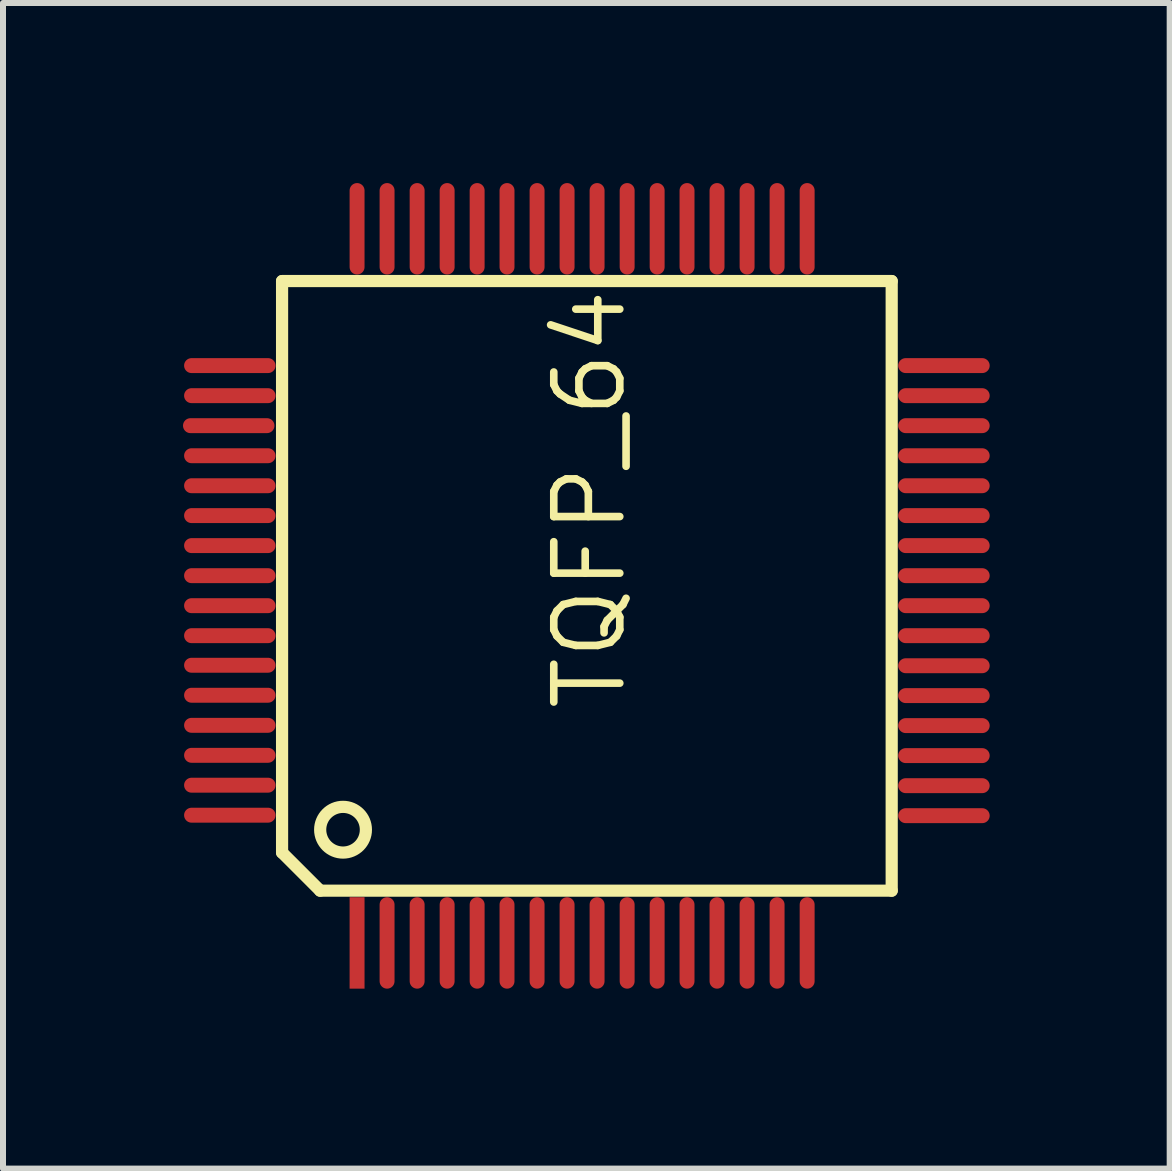
<source format=kicad_pcb>
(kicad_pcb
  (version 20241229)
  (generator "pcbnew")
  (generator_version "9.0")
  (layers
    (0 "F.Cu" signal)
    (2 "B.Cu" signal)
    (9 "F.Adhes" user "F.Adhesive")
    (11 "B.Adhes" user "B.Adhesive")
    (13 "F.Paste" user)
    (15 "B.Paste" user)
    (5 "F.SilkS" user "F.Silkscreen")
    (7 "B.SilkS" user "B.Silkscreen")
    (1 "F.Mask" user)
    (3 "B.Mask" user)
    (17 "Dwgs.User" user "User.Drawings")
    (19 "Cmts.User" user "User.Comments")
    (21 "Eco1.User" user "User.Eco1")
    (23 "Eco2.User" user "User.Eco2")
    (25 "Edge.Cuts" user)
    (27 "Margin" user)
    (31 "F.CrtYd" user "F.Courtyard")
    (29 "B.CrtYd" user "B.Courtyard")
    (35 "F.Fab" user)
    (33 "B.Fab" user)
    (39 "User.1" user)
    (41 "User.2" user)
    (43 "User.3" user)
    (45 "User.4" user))
  (footprint "TQFP_64"
    (layer "F.Cu")
    (at 6.65 6.795)
    (property "Reference" "TQFP_64" (at 0.127 -1.524 270) (layer "F.SilkS") (effects (font (size 1.1 1.1) (thickness 0.127))))
    (attr smd)
    (fp_line (start -4.999 -5.161) (end -4.999 4.364) (stroke (width 0.203) (type solid)) (layer "F.SilkS"))
    (fp_line (start -4.999 4.364) (end -4.364 4.999) (stroke (width 0.203) (type solid)) (layer "F.SilkS"))
    (fp_line (start -4.364 4.999) (end 5.161 4.999) (stroke (width 0.203) (type solid)) (layer "F.SilkS"))
    (fp_line (start 5.161 -5.161) (end -4.999 -5.161) (stroke (width 0.203) (type solid)) (layer "F.SilkS"))
    (fp_line (start 5.161 4.999) (end 5.161 -5.161) (stroke (width 0.203) (type solid)) (layer "F.SilkS"))
    (fp_circle (center -3.983 3.983) (end -3.983 3.602) (stroke (width 0.203) (type solid)) (fill no) (layer "F.SilkS"))
    (pad "1" smd rect (at -3.749 5.87 180) (size 0.249 1.524) (layers "F.Cu" "F.Mask" "F.Paste"))
    (pad "2" smd oval (at -3.249 5.87 180) (size 0.249 1.524) (layers "F.Cu" "F.Mask" "F.Paste"))
    (pad "3" smd oval (at -2.748 5.87 180) (size 0.249 1.524) (layers "F.Cu" "F.Mask" "F.Paste"))
    (pad "4" smd oval (at -2.248 5.87 180) (size 0.249 1.524) (layers "F.Cu" "F.Mask" "F.Paste"))
    (pad "5" smd oval (at -1.748 5.87 180) (size 0.249 1.524) (layers "F.Cu" "F.Mask" "F.Paste"))
    (pad "6" smd oval (at -1.25 5.87 180) (size 0.249 1.524) (layers "F.Cu" "F.Mask" "F.Paste"))
    (pad "7" smd oval (at -0.749 5.87 180) (size 0.249 1.524) (layers "F.Cu" "F.Mask" "F.Paste"))
    (pad "8" smd oval (at -0.249 5.87 180) (size 0.249 1.524) (layers "F.Cu" "F.Mask" "F.Paste"))
    (pad "9" smd oval (at 0.251 5.87 180) (size 0.249 1.524) (layers "F.Cu" "F.Mask" "F.Paste"))
    (pad "10" smd oval (at 0.752 5.87 180) (size 0.249 1.524) (layers "F.Cu" "F.Mask" "F.Paste"))
    (pad "11" smd oval (at 1.252 5.87 180) (size 0.249 1.524) (layers "F.Cu" "F.Mask" "F.Paste"))
    (pad "12" smd oval (at 1.75 5.87 180) (size 0.249 1.524) (layers "F.Cu" "F.Mask" "F.Paste"))
    (pad "13" smd oval (at 2.25 5.87 180) (size 0.249 1.524) (layers "F.Cu" "F.Mask" "F.Paste"))
    (pad "14" smd oval (at 2.751 5.87 180) (size 0.249 1.524) (layers "F.Cu" "F.Mask" "F.Paste"))
    (pad "15" smd oval (at 3.251 5.87 180) (size 0.249 1.524) (layers "F.Cu" "F.Mask" "F.Paste"))
    (pad "16" smd oval (at 3.752 5.87 180) (size 0.249 1.524) (layers "F.Cu" "F.Mask" "F.Paste"))
    (pad "17" smd oval (at 6.032 3.749 180) (size 1.524 0.249) (layers "F.Cu" "F.Mask" "F.Paste"))
    (pad "18" smd oval (at 6.032 3.249 180) (size 1.524 0.249) (layers "F.Cu" "F.Mask" "F.Paste"))
    (pad "19" smd oval (at 6.032 2.748 180) (size 1.524 0.249) (layers "F.Cu" "F.Mask" "F.Paste"))
    (pad "20" smd oval (at 6.032 2.248 180) (size 1.524 0.249) (layers "F.Cu" "F.Mask" "F.Paste"))
    (pad "21" smd oval (at 6.032 1.748 180) (size 1.524 0.249) (layers "F.Cu" "F.Mask" "F.Paste"))
    (pad "22" smd oval (at 6.032 1.25 180) (size 1.524 0.249) (layers "F.Cu" "F.Mask" "F.Paste"))
    (pad "23" smd oval (at 6.032 0.749 180) (size 1.524 0.249) (layers "F.Cu" "F.Mask" "F.Paste"))
    (pad "24" smd oval (at 6.032 0.249 180) (size 1.524 0.249) (layers "F.Cu" "F.Mask" "F.Paste"))
    (pad "25" smd oval (at 6.032 -0.251 180) (size 1.524 0.249) (layers "F.Cu" "F.Mask" "F.Paste"))
    (pad "26" smd oval (at 6.032 -0.752 180) (size 1.524 0.249) (layers "F.Cu" "F.Mask" "F.Paste"))
    (pad "27" smd oval (at 6.032 -1.252 180) (size 1.524 0.249) (layers "F.Cu" "F.Mask" "F.Paste"))
    (pad "28" smd oval (at 6.032 -1.75 180) (size 1.524 0.249) (layers "F.Cu" "F.Mask" "F.Paste"))
    (pad "29" smd oval (at 6.032 -2.25 180) (size 1.524 0.249) (layers "F.Cu" "F.Mask" "F.Paste"))
    (pad "30" smd oval (at 6.032 -2.751 180) (size 1.524 0.249) (layers "F.Cu" "F.Mask" "F.Paste"))
    (pad "31" smd oval (at 6.032 -3.251 180) (size 1.524 0.249) (layers "F.Cu" "F.Mask" "F.Paste"))
    (pad "32" smd oval (at 6.032 -3.752 180) (size 1.524 0.249) (layers "F.Cu" "F.Mask" "F.Paste"))
    (pad "33" smd oval (at 3.752 -6.032 180) (size 0.249 1.524) (layers "F.Cu" "F.Mask" "F.Paste"))
    (pad "34" smd oval (at 3.251 -6.032 180) (size 0.249 1.524) (layers "F.Cu" "F.Mask" "F.Paste"))
    (pad "35" smd oval (at 2.751 -6.032 180) (size 0.249 1.524) (layers "F.Cu" "F.Mask" "F.Paste"))
    (pad "36" smd oval (at 2.25 -6.032 180) (size 0.249 1.524) (layers "F.Cu" "F.Mask" "F.Paste"))
    (pad "37" smd oval (at 1.75 -6.032 180) (size 0.249 1.524) (layers "F.Cu" "F.Mask" "F.Paste"))
    (pad "38" smd oval (at 1.252 -6.032 180) (size 0.249 1.524) (layers "F.Cu" "F.Mask" "F.Paste"))
    (pad "39" smd oval (at 0.752 -6.032 180) (size 0.249 1.524) (layers "F.Cu" "F.Mask" "F.Paste"))
    (pad "40" smd oval (at 0.251 -6.032 180) (size 0.249 1.524) (layers "F.Cu" "F.Mask" "F.Paste"))
    (pad "41" smd oval (at -0.249 -6.032 180) (size 0.249 1.524) (layers "F.Cu" "F.Mask" "F.Paste"))
    (pad "42" smd oval (at -0.749 -6.032 180) (size 0.249 1.524) (layers "F.Cu" "F.Mask" "F.Paste"))
    (pad "43" smd oval (at -1.25 -6.032 180) (size 0.249 1.524) (layers "F.Cu" "F.Mask" "F.Paste"))
    (pad "44" smd oval (at -1.748 -6.032 180) (size 0.249 1.524) (layers "F.Cu" "F.Mask" "F.Paste"))
    (pad "45" smd oval (at -2.248 -6.032 180) (size 0.249 1.524) (layers "F.Cu" "F.Mask" "F.Paste"))
    (pad "46" smd oval (at -2.748 -6.032 180) (size 0.249 1.524) (layers "F.Cu" "F.Mask" "F.Paste"))
    (pad "47" smd oval (at -3.249 -6.032 180) (size 0.249 1.524) (layers "F.Cu" "F.Mask" "F.Paste"))
    (pad "48" smd oval (at -3.749 -6.032 180) (size 0.249 1.524) (layers "F.Cu" "F.Mask" "F.Paste"))
    (pad "49" smd oval (at -5.87 -3.752 180) (size 1.524 0.249) (layers "F.Cu" "F.Mask" "F.Paste"))
    (pad "50" smd oval (at -5.87 -3.251 180) (size 1.524 0.249) (layers "F.Cu" "F.Mask" "F.Paste"))
    (pad "51" smd oval (at -5.888 -2.751 180) (size 1.524 0.249) (layers "F.Cu" "F.Mask" "F.Paste"))
    (pad "52" smd oval (at -5.87 -2.25 180) (size 1.524 0.249) (layers "F.Cu" "F.Mask" "F.Paste"))
    (pad "53" smd oval (at -5.87 -1.75 180) (size 1.524 0.249) (layers "F.Cu" "F.Mask" "F.Paste"))
    (pad "54" smd oval (at -5.87 -1.252 180) (size 1.524 0.249) (layers "F.Cu" "F.Mask" "F.Paste"))
    (pad "55" smd oval (at -5.87 -0.752 180) (size 1.524 0.249) (layers "F.Cu" "F.Mask" "F.Paste"))
    (pad "56" smd oval (at -5.87 -0.251 180) (size 1.524 0.249) (layers "F.Cu" "F.Mask" "F.Paste"))
    (pad "57" smd oval (at -5.87 0.249 180) (size 1.524 0.249) (layers "F.Cu" "F.Mask" "F.Paste"))
    (pad "58" smd oval (at -5.87 0.749 180) (size 1.524 0.249) (layers "F.Cu" "F.Mask" "F.Paste"))
    (pad "59" smd oval (at -5.87 1.242 180) (size 1.524 0.249) (layers "F.Cu" "F.Mask" "F.Paste"))
    (pad "60" smd oval (at -5.87 1.742 180) (size 1.524 0.249) (layers "F.Cu" "F.Mask" "F.Paste"))
    (pad "61" smd oval (at -5.87 2.243 180) (size 1.524 0.249) (layers "F.Cu" "F.Mask" "F.Paste"))
    (pad "62" smd oval (at -5.87 2.743 180) (size 1.524 0.249) (layers "F.Cu" "F.Mask" "F.Paste"))
    (pad "63" smd oval (at -5.87 3.241 180) (size 1.524 0.249) (layers "F.Cu" "F.Mask" "F.Paste"))
    (pad "64" smd oval (at -5.87 3.741 180) (size 1.524 0.249) (layers "F.Cu" "F.Mask" "F.Paste")))
  (gr_rect
    (start -3 -3)
    (end 16.444 16.426)
    (stroke (width 0.1) (type default))
    (fill no)
    (layer "Edge.Cuts")))
</source>
